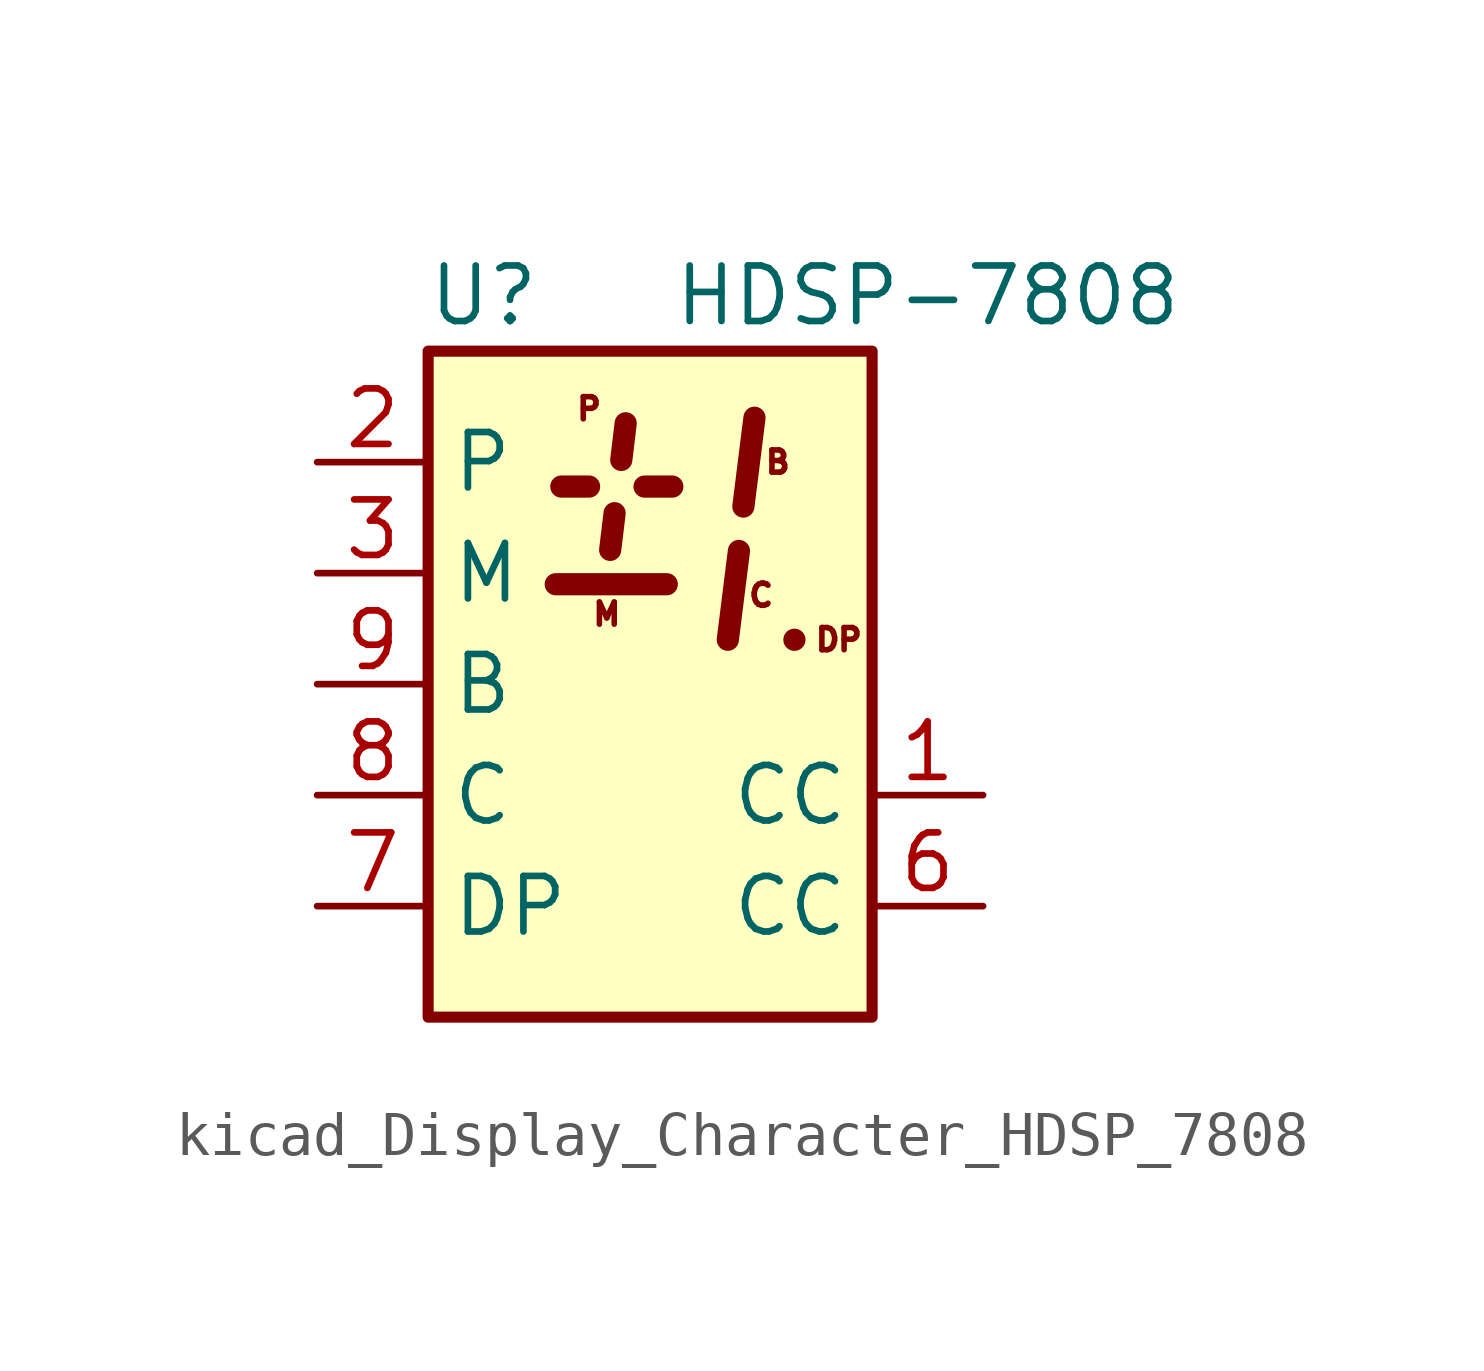
<source format=kicad_sym>
(kicad_symbol_lib
  (version 20220914)
  (generator kicad_symbol_editor)
  (symbol "kicad_Display_Character_HDSP_7808"
    (property "Reference" "U"
      (at -3.81 8.89 0)
      (effects (font (size 1.27 1.27))))
    (property "Value" "HDSP-7808"
      (at 6.35 8.89 0)
      (effects (font (size 1.27 1.27))))
    (symbol "kicad_Display_Character_HDSP_7808_0_1"
      (polyline (pts (xy -2.159 2.286) (xy 0.381 2.286)) (stroke (width 0.508) (type default)) (fill (type none))))
    (symbol "kicad_Display_Character_HDSP_7808_1_0"
      (text "B" (at 2.921 5.08 0) (effects (font (size 0.508 0.508))))
      (text "C" (at 2.54 2.032 0) (effects (font (size 0.508 0.508))))
      (text "DP" (at 4.318 1.016 0) (effects (font (size 0.508 0.508))))
      (text "M" (at -0.991 1.6 0) (effects (font (size 0.508 0.508))))
      (text "P" (at -1.397 6.299 0) (effects (font (size 0.508 0.508)))))
    (symbol "kicad_Display_Character_HDSP_7808_1_1"
      (rectangle (start -5.08 7.62) (end 5.08 -7.62) (stroke (width 0.254) (type default)) (fill (type background)))
      (polyline (pts (xy -2.032 4.521) (xy -1.397 4.521)) (stroke (width 0.508) (type default)) (fill (type none)))
      (polyline (pts (xy -0.914 3.073) (xy -0.813 3.912)) (stroke (width 0.508) (type default)) (fill (type none)))
      (polyline (pts (xy -0.559 5.969) (xy -0.66 5.131)) (stroke (width 0.508) (type default)) (fill (type none)))
      (polyline (pts (xy -0.127 4.521) (xy 0.508 4.521)) (stroke (width 0.508) (type default)) (fill (type none)))
      (polyline (pts (xy 2.032 3.048) (xy 1.778 1.016)) (stroke (width 0.508) (type default)) (fill (type none)))
      (polyline (pts (xy 2.388 6.096) (xy 2.134 4.064)) (stroke (width 0.508) (type default)) (fill (type none)))
      (polyline (pts (xy 3.302 1.016) (xy 3.302 1.016)) (stroke (width 0.508) (type default)) (fill (type none)))
      (pin input line (at 7.62 -2.54 180) (length 2.54) (name "CC" (effects (font (size 1.27 1.27)))) (number "1" (effects (font (size 1.27 1.27)))))
      (pin no_connect line (at 0 -7.62 90) (length 2.54) hide (name "NC" (effects (font (size 1.27 1.27)))) (number "10" (effects (font (size 1.27 1.27)))))
      (pin input line (at -7.62 5.08 0) (length 2.54) (name "P" (effects (font (size 1.27 1.27)))) (number "2" (effects (font (size 1.27 1.27)))))
      (pin input line (at -7.62 2.54 0) (length 2.54) (name "M" (effects (font (size 1.27 1.27)))) (number "3" (effects (font (size 1.27 1.27)))))
      (pin no_connect line (at 5.08 5.08 180) (length 2.54) hide (name "NC" (effects (font (size 1.27 1.27)))) (number "4" (effects (font (size 1.27 1.27)))))
      (pin no_connect line (at 5.08 2.54 180) (length 2.54) hide (name "NC" (effects (font (size 1.27 1.27)))) (number "5" (effects (font (size 1.27 1.27)))))
      (pin input line (at 7.62 -5.08 180) (length 2.54) (name "CC" (effects (font (size 1.27 1.27)))) (number "6" (effects (font (size 1.27 1.27)))))
      (pin input line (at -7.62 -5.08 0) (length 2.54) (name "DP" (effects (font (size 1.27 1.27)))) (number "7" (effects (font (size 1.27 1.27)))))
      (pin input line (at -7.62 -2.54 0) (length 2.54) (name "C" (effects (font (size 1.27 1.27)))) (number "8" (effects (font (size 1.27 1.27)))))
      (pin input line (at -7.62 0 0) (length 2.54) (name "B" (effects (font (size 1.27 1.27)))) (number "9" (effects (font (size 1.27 1.27))))))))
</source>
